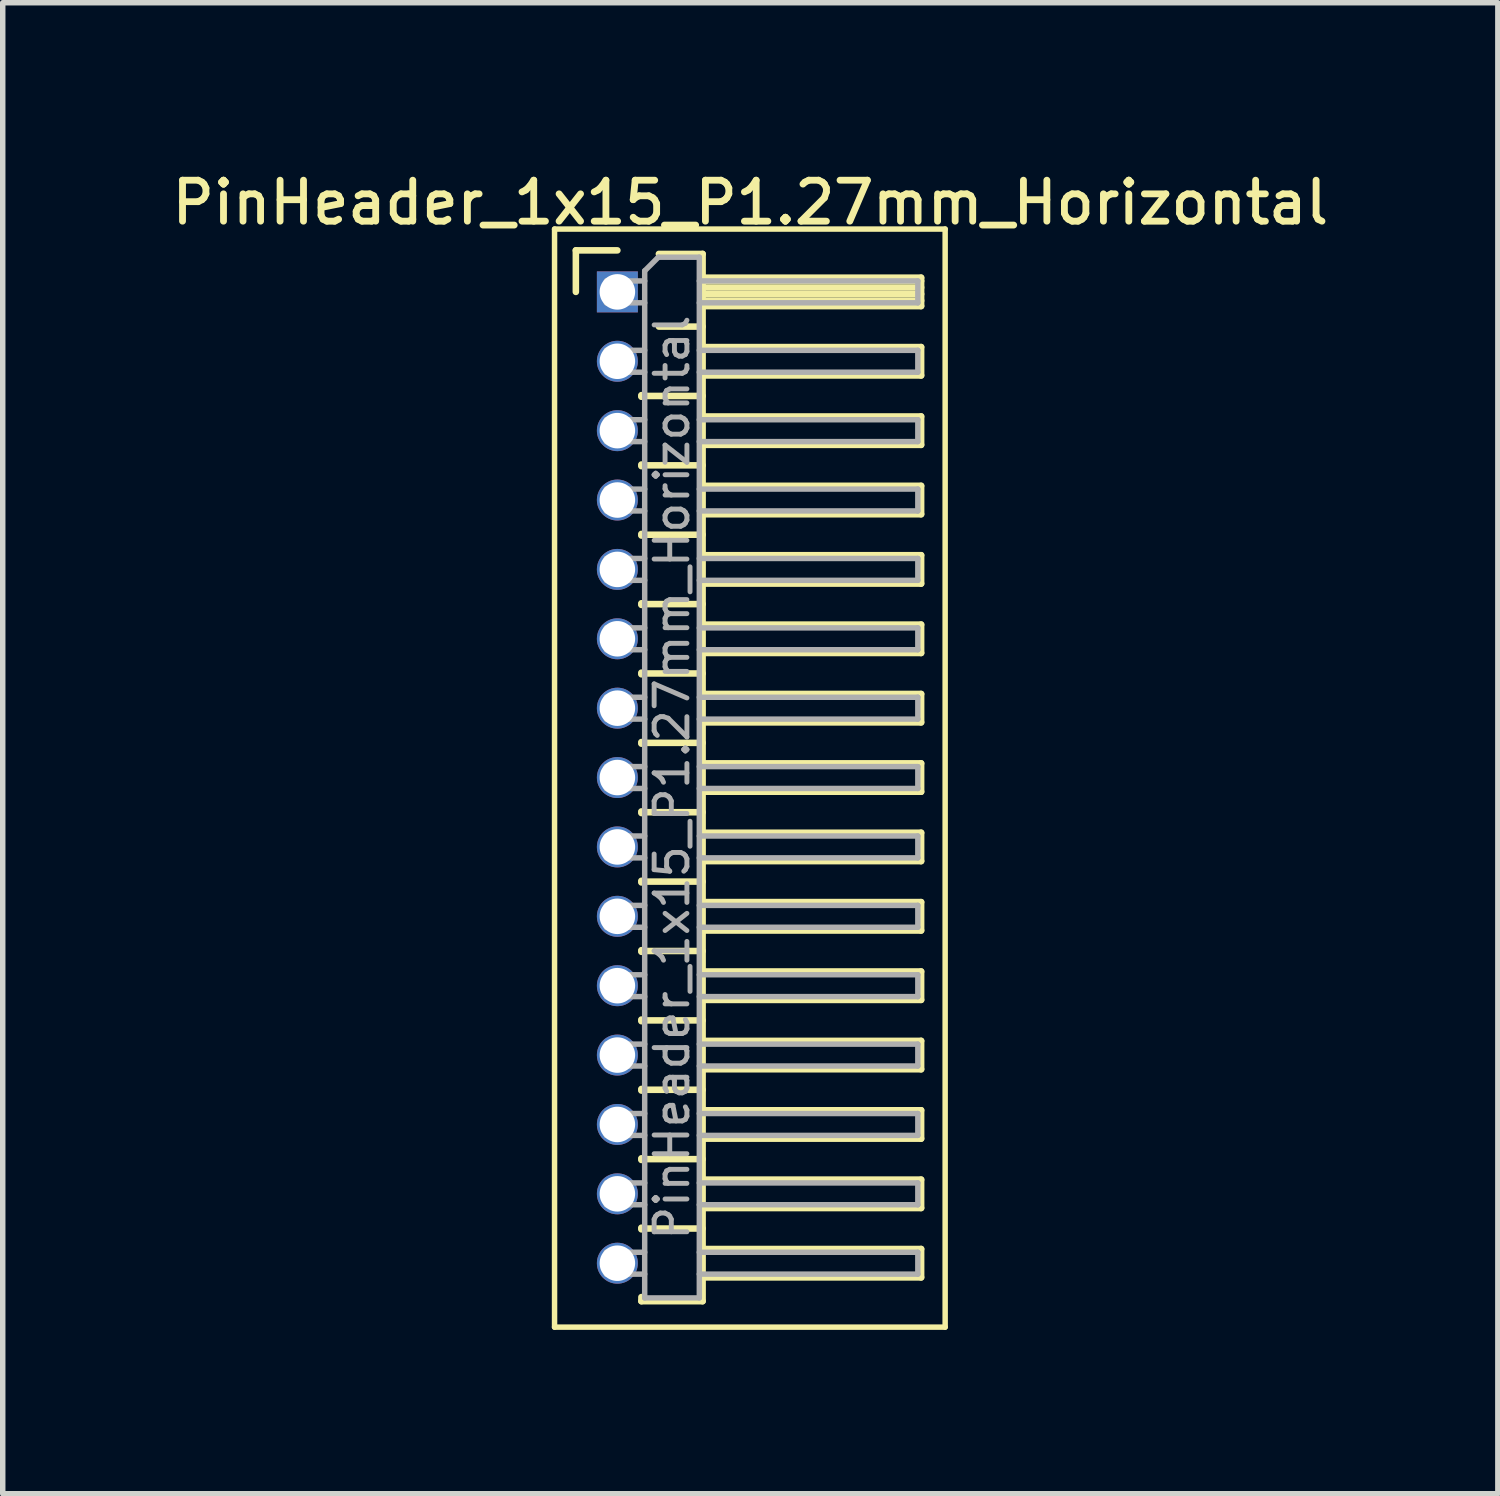
<source format=kicad_pcb>
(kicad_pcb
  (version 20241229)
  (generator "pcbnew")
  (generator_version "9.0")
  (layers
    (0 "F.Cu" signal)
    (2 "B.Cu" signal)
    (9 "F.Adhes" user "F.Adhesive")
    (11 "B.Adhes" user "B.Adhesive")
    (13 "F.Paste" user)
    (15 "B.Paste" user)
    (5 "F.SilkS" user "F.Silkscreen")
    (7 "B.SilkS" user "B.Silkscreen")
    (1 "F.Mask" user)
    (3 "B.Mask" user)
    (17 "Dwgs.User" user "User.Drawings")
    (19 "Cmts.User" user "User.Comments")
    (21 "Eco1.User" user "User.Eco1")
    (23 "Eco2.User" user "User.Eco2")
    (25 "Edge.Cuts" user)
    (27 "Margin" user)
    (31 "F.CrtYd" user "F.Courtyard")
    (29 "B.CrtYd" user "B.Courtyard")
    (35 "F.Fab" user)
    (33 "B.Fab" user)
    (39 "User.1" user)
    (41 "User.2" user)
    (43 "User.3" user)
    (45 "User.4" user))
  (footprint "PinHeader_1x15_P1.27mm_Horizontal"
    (layer "F.Cu")
    (at 8.251 2.293)
    (property "Reference" "PinHeader_1x15_P1.27mm_Horizontal" (at 2.433 -1.635 0) (layer "F.SilkS") (effects (font (size 0.75 0.75) (thickness 0.125))))
    (attr through_hole)
    (fp_line (start -1.15 -1.15) (end -1.15 18.95) (stroke (width 0.1) (type solid)) (layer "F.SilkS"))
    (fp_line (start -1.15 18.95) (end 6 18.95) (stroke (width 0.1) (type solid)) (layer "F.SilkS"))
    (fp_line (start -0.76 -0.76) (end 0 -0.76) (stroke (width 0.12) (type solid)) (layer "F.SilkS"))
    (fp_line (start -0.76 0) (end -0.76 -0.76) (stroke (width 0.12) (type solid)) (layer "F.SilkS"))
    (fp_line (start 0.44 1.89) (end 0.44 1.92) (stroke (width 0.12) (type solid)) (layer "F.SilkS"))
    (fp_line (start 0.44 1.905) (end 1.56 1.905) (stroke (width 0.12) (type solid)) (layer "F.SilkS"))
    (fp_line (start 0.44 3.16) (end 0.44 3.19) (stroke (width 0.12) (type solid)) (layer "F.SilkS"))
    (fp_line (start 0.44 3.175) (end 1.56 3.175) (stroke (width 0.12) (type solid)) (layer "F.SilkS"))
    (fp_line (start 0.44 4.43) (end 0.44 4.46) (stroke (width 0.12) (type solid)) (layer "F.SilkS"))
    (fp_line (start 0.44 4.445) (end 1.56 4.445) (stroke (width 0.12) (type solid)) (layer "F.SilkS"))
    (fp_line (start 0.44 5.7) (end 0.44 5.73) (stroke (width 0.12) (type solid)) (layer "F.SilkS"))
    (fp_line (start 0.44 5.715) (end 1.56 5.715) (stroke (width 0.12) (type solid)) (layer "F.SilkS"))
    (fp_line (start 0.44 6.97) (end 0.44 7) (stroke (width 0.12) (type solid)) (layer "F.SilkS"))
    (fp_line (start 0.44 6.985) (end 1.56 6.985) (stroke (width 0.12) (type solid)) (layer "F.SilkS"))
    (fp_line (start 0.44 8.24) (end 0.44 8.27) (stroke (width 0.12) (type solid)) (layer "F.SilkS"))
    (fp_line (start 0.44 8.255) (end 1.56 8.255) (stroke (width 0.12) (type solid)) (layer "F.SilkS"))
    (fp_line (start 0.44 9.51) (end 0.44 9.54) (stroke (width 0.12) (type solid)) (layer "F.SilkS"))
    (fp_line (start 0.44 9.525) (end 1.56 9.525) (stroke (width 0.12) (type solid)) (layer "F.SilkS"))
    (fp_line (start 0.44 10.78) (end 0.44 10.81) (stroke (width 0.12) (type solid)) (layer "F.SilkS"))
    (fp_line (start 0.44 10.795) (end 1.56 10.795) (stroke (width 0.12) (type solid)) (layer "F.SilkS"))
    (fp_line (start 0.44 12.05) (end 0.44 12.08) (stroke (width 0.12) (type solid)) (layer "F.SilkS"))
    (fp_line (start 0.44 12.065) (end 1.56 12.065) (stroke (width 0.12) (type solid)) (layer "F.SilkS"))
    (fp_line (start 0.44 13.32) (end 0.44 13.35) (stroke (width 0.12) (type solid)) (layer "F.SilkS"))
    (fp_line (start 0.44 13.335) (end 1.56 13.335) (stroke (width 0.12) (type solid)) (layer "F.SilkS"))
    (fp_line (start 0.44 14.59) (end 0.44 14.62) (stroke (width 0.12) (type solid)) (layer "F.SilkS"))
    (fp_line (start 0.44 14.605) (end 1.56 14.605) (stroke (width 0.12) (type solid)) (layer "F.SilkS"))
    (fp_line (start 0.44 15.86) (end 0.44 15.89) (stroke (width 0.12) (type solid)) (layer "F.SilkS"))
    (fp_line (start 0.44 15.875) (end 1.56 15.875) (stroke (width 0.12) (type solid)) (layer "F.SilkS"))
    (fp_line (start 0.44 17.13) (end 0.44 17.16) (stroke (width 0.12) (type solid)) (layer "F.SilkS"))
    (fp_line (start 0.44 17.145) (end 1.56 17.145) (stroke (width 0.12) (type solid)) (layer "F.SilkS"))
    (fp_line (start 0.44 18.475) (end 0.44 18.4) (stroke (width 0.12) (type solid)) (layer "F.SilkS"))
    (fp_line (start 0.76 -0.695) (end 1.56 -0.695) (stroke (width 0.12) (type solid)) (layer "F.SilkS"))
    (fp_line (start 0.76 0.635) (end 1.56 0.635) (stroke (width 0.12) (type solid)) (layer "F.SilkS"))
    (fp_line (start 1.56 -0.695) (end 1.56 18.475) (stroke (width 0.12) (type solid)) (layer "F.SilkS"))
    (fp_line (start 1.56 -0.26) (end 5.56 -0.26) (stroke (width 0.12) (type solid)) (layer "F.SilkS"))
    (fp_line (start 1.56 -0.2) (end 5.56 -0.2) (stroke (width 0.12) (type solid)) (layer "F.SilkS"))
    (fp_line (start 1.56 -0.08) (end 5.56 -0.08) (stroke (width 0.12) (type solid)) (layer "F.SilkS"))
    (fp_line (start 1.56 0.04) (end 5.56 0.04) (stroke (width 0.12) (type solid)) (layer "F.SilkS"))
    (fp_line (start 1.56 0.16) (end 5.56 0.16) (stroke (width 0.12) (type solid)) (layer "F.SilkS"))
    (fp_line (start 1.56 1.01) (end 5.56 1.01) (stroke (width 0.12) (type solid)) (layer "F.SilkS"))
    (fp_line (start 1.56 2.28) (end 5.56 2.28) (stroke (width 0.12) (type solid)) (layer "F.SilkS"))
    (fp_line (start 1.56 3.55) (end 5.56 3.55) (stroke (width 0.12) (type solid)) (layer "F.SilkS"))
    (fp_line (start 1.56 4.82) (end 5.56 4.82) (stroke (width 0.12) (type solid)) (layer "F.SilkS"))
    (fp_line (start 1.56 6.09) (end 5.56 6.09) (stroke (width 0.12) (type solid)) (layer "F.SilkS"))
    (fp_line (start 1.56 7.36) (end 5.56 7.36) (stroke (width 0.12) (type solid)) (layer "F.SilkS"))
    (fp_line (start 1.56 8.63) (end 5.56 8.63) (stroke (width 0.12) (type solid)) (layer "F.SilkS"))
    (fp_line (start 1.56 9.9) (end 5.56 9.9) (stroke (width 0.12) (type solid)) (layer "F.SilkS"))
    (fp_line (start 1.56 11.17) (end 5.56 11.17) (stroke (width 0.12) (type solid)) (layer "F.SilkS"))
    (fp_line (start 1.56 12.44) (end 5.56 12.44) (stroke (width 0.12) (type solid)) (layer "F.SilkS"))
    (fp_line (start 1.56 13.71) (end 5.56 13.71) (stroke (width 0.12) (type solid)) (layer "F.SilkS"))
    (fp_line (start 1.56 14.98) (end 5.56 14.98) (stroke (width 0.12) (type solid)) (layer "F.SilkS"))
    (fp_line (start 1.56 16.25) (end 5.56 16.25) (stroke (width 0.12) (type solid)) (layer "F.SilkS"))
    (fp_line (start 1.56 17.52) (end 5.56 17.52) (stroke (width 0.12) (type solid)) (layer "F.SilkS"))
    (fp_line (start 1.56 18.475) (end 0.44 18.475) (stroke (width 0.12) (type solid)) (layer "F.SilkS"))
    (fp_line (start 5.56 -0.26) (end 5.56 0.26) (stroke (width 0.12) (type solid)) (layer "F.SilkS"))
    (fp_line (start 5.56 0.26) (end 1.56 0.26) (stroke (width 0.12) (type solid)) (layer "F.SilkS"))
    (fp_line (start 5.56 1.01) (end 5.56 1.53) (stroke (width 0.12) (type solid)) (layer "F.SilkS"))
    (fp_line (start 5.56 1.53) (end 1.56 1.53) (stroke (width 0.12) (type solid)) (layer "F.SilkS"))
    (fp_line (start 5.56 2.28) (end 5.56 2.8) (stroke (width 0.12) (type solid)) (layer "F.SilkS"))
    (fp_line (start 5.56 2.8) (end 1.56 2.8) (stroke (width 0.12) (type solid)) (layer "F.SilkS"))
    (fp_line (start 5.56 3.55) (end 5.56 4.07) (stroke (width 0.12) (type solid)) (layer "F.SilkS"))
    (fp_line (start 5.56 4.07) (end 1.56 4.07) (stroke (width 0.12) (type solid)) (layer "F.SilkS"))
    (fp_line (start 5.56 4.82) (end 5.56 5.34) (stroke (width 0.12) (type solid)) (layer "F.SilkS"))
    (fp_line (start 5.56 5.34) (end 1.56 5.34) (stroke (width 0.12) (type solid)) (layer "F.SilkS"))
    (fp_line (start 5.56 6.09) (end 5.56 6.61) (stroke (width 0.12) (type solid)) (layer "F.SilkS"))
    (fp_line (start 5.56 6.61) (end 1.56 6.61) (stroke (width 0.12) (type solid)) (layer "F.SilkS"))
    (fp_line (start 5.56 7.36) (end 5.56 7.88) (stroke (width 0.12) (type solid)) (layer "F.SilkS"))
    (fp_line (start 5.56 7.88) (end 1.56 7.88) (stroke (width 0.12) (type solid)) (layer "F.SilkS"))
    (fp_line (start 5.56 8.63) (end 5.56 9.15) (stroke (width 0.12) (type solid)) (layer "F.SilkS"))
    (fp_line (start 5.56 9.15) (end 1.56 9.15) (stroke (width 0.12) (type solid)) (layer "F.SilkS"))
    (fp_line (start 5.56 9.9) (end 5.56 10.42) (stroke (width 0.12) (type solid)) (layer "F.SilkS"))
    (fp_line (start 5.56 10.42) (end 1.56 10.42) (stroke (width 0.12) (type solid)) (layer "F.SilkS"))
    (fp_line (start 5.56 11.17) (end 5.56 11.69) (stroke (width 0.12) (type solid)) (layer "F.SilkS"))
    (fp_line (start 5.56 11.69) (end 1.56 11.69) (stroke (width 0.12) (type solid)) (layer "F.SilkS"))
    (fp_line (start 5.56 12.44) (end 5.56 12.96) (stroke (width 0.12) (type solid)) (layer "F.SilkS"))
    (fp_line (start 5.56 12.96) (end 1.56 12.96) (stroke (width 0.12) (type solid)) (layer "F.SilkS"))
    (fp_line (start 5.56 13.71) (end 5.56 14.23) (stroke (width 0.12) (type solid)) (layer "F.SilkS"))
    (fp_line (start 5.56 14.23) (end 1.56 14.23) (stroke (width 0.12) (type solid)) (layer "F.SilkS"))
    (fp_line (start 5.56 14.98) (end 5.56 15.5) (stroke (width 0.12) (type solid)) (layer "F.SilkS"))
    (fp_line (start 5.56 15.5) (end 1.56 15.5) (stroke (width 0.12) (type solid)) (layer "F.SilkS"))
    (fp_line (start 5.56 16.25) (end 5.56 16.77) (stroke (width 0.12) (type solid)) (layer "F.SilkS"))
    (fp_line (start 5.56 16.77) (end 1.56 16.77) (stroke (width 0.12) (type solid)) (layer "F.SilkS"))
    (fp_line (start 5.56 17.52) (end 5.56 18.04) (stroke (width 0.12) (type solid)) (layer "F.SilkS"))
    (fp_line (start 5.56 18.04) (end 1.56 18.04) (stroke (width 0.12) (type solid)) (layer "F.SilkS"))
    (fp_line (start 6 -1.15) (end -1.15 -1.15) (stroke (width 0.1) (type solid)) (layer "F.SilkS"))
    (fp_line (start 6 18.95) (end 6 -1.15) (stroke (width 0.1) (type solid)) (layer "F.SilkS"))
    (fp_line (start -0.2 -0.2) (end -0.2 0.2) (stroke (width 0.1) (type solid)) (layer "F.Fab"))
    (fp_line (start -0.2 -0.2) (end 0.5 -0.2) (stroke (width 0.1) (type solid)) (layer "F.Fab"))
    (fp_line (start -0.2 0.2) (end 0.5 0.2) (stroke (width 0.1) (type solid)) (layer "F.Fab"))
    (fp_line (start -0.2 1.07) (end -0.2 1.47) (stroke (width 0.1) (type solid)) (layer "F.Fab"))
    (fp_line (start -0.2 1.07) (end 0.5 1.07) (stroke (width 0.1) (type solid)) (layer "F.Fab"))
    (fp_line (start -0.2 1.47) (end 0.5 1.47) (stroke (width 0.1) (type solid)) (layer "F.Fab"))
    (fp_line (start -0.2 2.34) (end -0.2 2.74) (stroke (width 0.1) (type solid)) (layer "F.Fab"))
    (fp_line (start -0.2 2.34) (end 0.5 2.34) (stroke (width 0.1) (type solid)) (layer "F.Fab"))
    (fp_line (start -0.2 2.74) (end 0.5 2.74) (stroke (width 0.1) (type solid)) (layer "F.Fab"))
    (fp_line (start -0.2 3.61) (end -0.2 4.01) (stroke (width 0.1) (type solid)) (layer "F.Fab"))
    (fp_line (start -0.2 3.61) (end 0.5 3.61) (stroke (width 0.1) (type solid)) (layer "F.Fab"))
    (fp_line (start -0.2 4.01) (end 0.5 4.01) (stroke (width 0.1) (type solid)) (layer "F.Fab"))
    (fp_line (start -0.2 4.88) (end -0.2 5.28) (stroke (width 0.1) (type solid)) (layer "F.Fab"))
    (fp_line (start -0.2 4.88) (end 0.5 4.88) (stroke (width 0.1) (type solid)) (layer "F.Fab"))
    (fp_line (start -0.2 5.28) (end 0.5 5.28) (stroke (width 0.1) (type solid)) (layer "F.Fab"))
    (fp_line (start -0.2 6.15) (end -0.2 6.55) (stroke (width 0.1) (type solid)) (layer "F.Fab"))
    (fp_line (start -0.2 6.15) (end 0.5 6.15) (stroke (width 0.1) (type solid)) (layer "F.Fab"))
    (fp_line (start -0.2 6.55) (end 0.5 6.55) (stroke (width 0.1) (type solid)) (layer "F.Fab"))
    (fp_line (start -0.2 7.42) (end -0.2 7.82) (stroke (width 0.1) (type solid)) (layer "F.Fab"))
    (fp_line (start -0.2 7.42) (end 0.5 7.42) (stroke (width 0.1) (type solid)) (layer "F.Fab"))
    (fp_line (start -0.2 7.82) (end 0.5 7.82) (stroke (width 0.1) (type solid)) (layer "F.Fab"))
    (fp_line (start -0.2 8.69) (end -0.2 9.09) (stroke (width 0.1) (type solid)) (layer "F.Fab"))
    (fp_line (start -0.2 8.69) (end 0.5 8.69) (stroke (width 0.1) (type solid)) (layer "F.Fab"))
    (fp_line (start -0.2 9.09) (end 0.5 9.09) (stroke (width 0.1) (type solid)) (layer "F.Fab"))
    (fp_line (start -0.2 9.96) (end -0.2 10.36) (stroke (width 0.1) (type solid)) (layer "F.Fab"))
    (fp_line (start -0.2 9.96) (end 0.5 9.96) (stroke (width 0.1) (type solid)) (layer "F.Fab"))
    (fp_line (start -0.2 10.36) (end 0.5 10.36) (stroke (width 0.1) (type solid)) (layer "F.Fab"))
    (fp_line (start -0.2 11.23) (end -0.2 11.63) (stroke (width 0.1) (type solid)) (layer "F.Fab"))
    (fp_line (start -0.2 11.23) (end 0.5 11.23) (stroke (width 0.1) (type solid)) (layer "F.Fab"))
    (fp_line (start -0.2 11.63) (end 0.5 11.63) (stroke (width 0.1) (type solid)) (layer "F.Fab"))
    (fp_line (start -0.2 12.5) (end -0.2 12.9) (stroke (width 0.1) (type solid)) (layer "F.Fab"))
    (fp_line (start -0.2 12.5) (end 0.5 12.5) (stroke (width 0.1) (type solid)) (layer "F.Fab"))
    (fp_line (start -0.2 12.9) (end 0.5 12.9) (stroke (width 0.1) (type solid)) (layer "F.Fab"))
    (fp_line (start -0.2 13.77) (end -0.2 14.17) (stroke (width 0.1) (type solid)) (layer "F.Fab"))
    (fp_line (start -0.2 13.77) (end 0.5 13.77) (stroke (width 0.1) (type solid)) (layer "F.Fab"))
    (fp_line (start -0.2 14.17) (end 0.5 14.17) (stroke (width 0.1) (type solid)) (layer "F.Fab"))
    (fp_line (start -0.2 15.04) (end -0.2 15.44) (stroke (width 0.1) (type solid)) (layer "F.Fab"))
    (fp_line (start -0.2 15.04) (end 0.5 15.04) (stroke (width 0.1) (type solid)) (layer "F.Fab"))
    (fp_line (start -0.2 15.44) (end 0.5 15.44) (stroke (width 0.1) (type solid)) (layer "F.Fab"))
    (fp_line (start -0.2 16.31) (end -0.2 16.71) (stroke (width 0.1) (type solid)) (layer "F.Fab"))
    (fp_line (start -0.2 16.31) (end 0.5 16.31) (stroke (width 0.1) (type solid)) (layer "F.Fab"))
    (fp_line (start -0.2 16.71) (end 0.5 16.71) (stroke (width 0.1) (type solid)) (layer "F.Fab"))
    (fp_line (start -0.2 17.58) (end -0.2 17.98) (stroke (width 0.1) (type solid)) (layer "F.Fab"))
    (fp_line (start -0.2 17.58) (end 0.5 17.58) (stroke (width 0.1) (type solid)) (layer "F.Fab"))
    (fp_line (start -0.2 17.98) (end 0.5 17.98) (stroke (width 0.1) (type solid)) (layer "F.Fab"))
    (fp_line (start 0.5 -0.385) (end 0.75 -0.635) (stroke (width 0.1) (type solid)) (layer "F.Fab"))
    (fp_line (start 0.5 18.415) (end 0.5 -0.385) (stroke (width 0.1) (type solid)) (layer "F.Fab"))
    (fp_line (start 0.75 -0.635) (end 1.5 -0.635) (stroke (width 0.1) (type solid)) (layer "F.Fab"))
    (fp_line (start 1.5 -0.635) (end 1.5 18.415) (stroke (width 0.1) (type solid)) (layer "F.Fab"))
    (fp_line (start 1.5 -0.2) (end 5.5 -0.2) (stroke (width 0.1) (type solid)) (layer "F.Fab"))
    (fp_line (start 1.5 0.2) (end 5.5 0.2) (stroke (width 0.1) (type solid)) (layer "F.Fab"))
    (fp_line (start 1.5 1.07) (end 5.5 1.07) (stroke (width 0.1) (type solid)) (layer "F.Fab"))
    (fp_line (start 1.5 1.47) (end 5.5 1.47) (stroke (width 0.1) (type solid)) (layer "F.Fab"))
    (fp_line (start 1.5 2.34) (end 5.5 2.34) (stroke (width 0.1) (type solid)) (layer "F.Fab"))
    (fp_line (start 1.5 2.74) (end 5.5 2.74) (stroke (width 0.1) (type solid)) (layer "F.Fab"))
    (fp_line (start 1.5 3.61) (end 5.5 3.61) (stroke (width 0.1) (type solid)) (layer "F.Fab"))
    (fp_line (start 1.5 4.01) (end 5.5 4.01) (stroke (width 0.1) (type solid)) (layer "F.Fab"))
    (fp_line (start 1.5 4.88) (end 5.5 4.88) (stroke (width 0.1) (type solid)) (layer "F.Fab"))
    (fp_line (start 1.5 5.28) (end 5.5 5.28) (stroke (width 0.1) (type solid)) (layer "F.Fab"))
    (fp_line (start 1.5 6.15) (end 5.5 6.15) (stroke (width 0.1) (type solid)) (layer "F.Fab"))
    (fp_line (start 1.5 6.55) (end 5.5 6.55) (stroke (width 0.1) (type solid)) (layer "F.Fab"))
    (fp_line (start 1.5 7.42) (end 5.5 7.42) (stroke (width 0.1) (type solid)) (layer "F.Fab"))
    (fp_line (start 1.5 7.82) (end 5.5 7.82) (stroke (width 0.1) (type solid)) (layer "F.Fab"))
    (fp_line (start 1.5 8.69) (end 5.5 8.69) (stroke (width 0.1) (type solid)) (layer "F.Fab"))
    (fp_line (start 1.5 9.09) (end 5.5 9.09) (stroke (width 0.1) (type solid)) (layer "F.Fab"))
    (fp_line (start 1.5 9.96) (end 5.5 9.96) (stroke (width 0.1) (type solid)) (layer "F.Fab"))
    (fp_line (start 1.5 10.36) (end 5.5 10.36) (stroke (width 0.1) (type solid)) (layer "F.Fab"))
    (fp_line (start 1.5 11.23) (end 5.5 11.23) (stroke (width 0.1) (type solid)) (layer "F.Fab"))
    (fp_line (start 1.5 11.63) (end 5.5 11.63) (stroke (width 0.1) (type solid)) (layer "F.Fab"))
    (fp_line (start 1.5 12.5) (end 5.5 12.5) (stroke (width 0.1) (type solid)) (layer "F.Fab"))
    (fp_line (start 1.5 12.9) (end 5.5 12.9) (stroke (width 0.1) (type solid)) (layer "F.Fab"))
    (fp_line (start 1.5 13.77) (end 5.5 13.77) (stroke (width 0.1) (type solid)) (layer "F.Fab"))
    (fp_line (start 1.5 14.17) (end 5.5 14.17) (stroke (width 0.1) (type solid)) (layer "F.Fab"))
    (fp_line (start 1.5 15.04) (end 5.5 15.04) (stroke (width 0.1) (type solid)) (layer "F.Fab"))
    (fp_line (start 1.5 15.44) (end 5.5 15.44) (stroke (width 0.1) (type solid)) (layer "F.Fab"))
    (fp_line (start 1.5 16.31) (end 5.5 16.31) (stroke (width 0.1) (type solid)) (layer "F.Fab"))
    (fp_line (start 1.5 16.71) (end 5.5 16.71) (stroke (width 0.1) (type solid)) (layer "F.Fab"))
    (fp_line (start 1.5 17.58) (end 5.5 17.58) (stroke (width 0.1) (type solid)) (layer "F.Fab"))
    (fp_line (start 1.5 17.98) (end 5.5 17.98) (stroke (width 0.1) (type solid)) (layer "F.Fab"))
    (fp_line (start 1.5 18.415) (end 0.5 18.415) (stroke (width 0.1) (type solid)) (layer "F.Fab"))
    (fp_line (start 5.5 -0.2) (end 5.5 0.2) (stroke (width 0.1) (type solid)) (layer "F.Fab"))
    (fp_line (start 5.5 1.07) (end 5.5 1.47) (stroke (width 0.1) (type solid)) (layer "F.Fab"))
    (fp_line (start 5.5 2.34) (end 5.5 2.74) (stroke (width 0.1) (type solid)) (layer "F.Fab"))
    (fp_line (start 5.5 3.61) (end 5.5 4.01) (stroke (width 0.1) (type solid)) (layer "F.Fab"))
    (fp_line (start 5.5 4.88) (end 5.5 5.28) (stroke (width 0.1) (type solid)) (layer "F.Fab"))
    (fp_line (start 5.5 6.15) (end 5.5 6.55) (stroke (width 0.1) (type solid)) (layer "F.Fab"))
    (fp_line (start 5.5 7.42) (end 5.5 7.82) (stroke (width 0.1) (type solid)) (layer "F.Fab"))
    (fp_line (start 5.5 8.69) (end 5.5 9.09) (stroke (width 0.1) (type solid)) (layer "F.Fab"))
    (fp_line (start 5.5 9.96) (end 5.5 10.36) (stroke (width 0.1) (type solid)) (layer "F.Fab"))
    (fp_line (start 5.5 11.23) (end 5.5 11.63) (stroke (width 0.1) (type solid)) (layer "F.Fab"))
    (fp_line (start 5.5 12.5) (end 5.5 12.9) (stroke (width 0.1) (type solid)) (layer "F.Fab"))
    (fp_line (start 5.5 13.77) (end 5.5 14.17) (stroke (width 0.1) (type solid)) (layer "F.Fab"))
    (fp_line (start 5.5 15.04) (end 5.5 15.44) (stroke (width 0.1) (type solid)) (layer "F.Fab"))
    (fp_line (start 5.5 16.31) (end 5.5 16.71) (stroke (width 0.1) (type solid)) (layer "F.Fab"))
    (fp_line (start 5.5 17.58) (end 5.5 17.98) (stroke (width 0.1) (type solid)) (layer "F.Fab"))
    (fp_text user "${REFERENCE}" (at 1 8.89 90) (layer "F.Fab") (effects (font (size 0.6 0.6) (thickness 0.09))))
    (pad "1" thru_hole rect (at 0 0) (size 0.75 0.75) (drill 0.65) (layers "*.Cu" "*.Mask"))
    (pad "2" thru_hole oval (at 0 1.27) (size 0.75 0.75) (drill 0.65) (layers "*.Cu" "*.Mask"))
    (pad "3" thru_hole oval (at 0 2.54) (size 0.75 0.75) (drill 0.65) (layers "*.Cu" "*.Mask"))
    (pad "4" thru_hole oval (at 0 3.81) (size 0.75 0.75) (drill 0.65) (layers "*.Cu" "*.Mask"))
    (pad "5" thru_hole oval (at 0 5.08) (size 0.75 0.75) (drill 0.65) (layers "*.Cu" "*.Mask"))
    (pad "6" thru_hole oval (at 0 6.35) (size 0.75 0.75) (drill 0.65) (layers "*.Cu" "*.Mask"))
    (pad "7" thru_hole oval (at 0 7.62) (size 0.75 0.75) (drill 0.65) (layers "*.Cu" "*.Mask"))
    (pad "8" thru_hole oval (at 0 8.89) (size 0.75 0.75) (drill 0.65) (layers "*.Cu" "*.Mask"))
    (pad "9" thru_hole oval (at 0 10.16) (size 0.75 0.75) (drill 0.65) (layers "*.Cu" "*.Mask"))
    (pad "10" thru_hole oval (at 0 11.43) (size 0.75 0.75) (drill 0.65) (layers "*.Cu" "*.Mask"))
    (pad "11" thru_hole oval (at 0 12.7) (size 0.75 0.75) (drill 0.65) (layers "*.Cu" "*.Mask"))
    (pad "12" thru_hole oval (at 0 13.97) (size 0.75 0.75) (drill 0.65) (layers "*.Cu" "*.Mask"))
    (pad "13" thru_hole oval (at 0 15.24) (size 0.75 0.75) (drill 0.65) (layers "*.Cu" "*.Mask"))
    (pad "14" thru_hole oval (at 0 16.51) (size 0.75 0.75) (drill 0.65) (layers "*.Cu" "*.Mask"))
    (pad "15" thru_hole oval (at 0 17.78) (size 0.75 0.75) (drill 0.65) (layers "*.Cu" "*.Mask")))
  (gr_rect
    (start -3 -3)
    (end 24.368 24.293)
    (stroke (width 0.1) (type default))
    (fill no)
    (layer "Edge.Cuts")))
</source>
